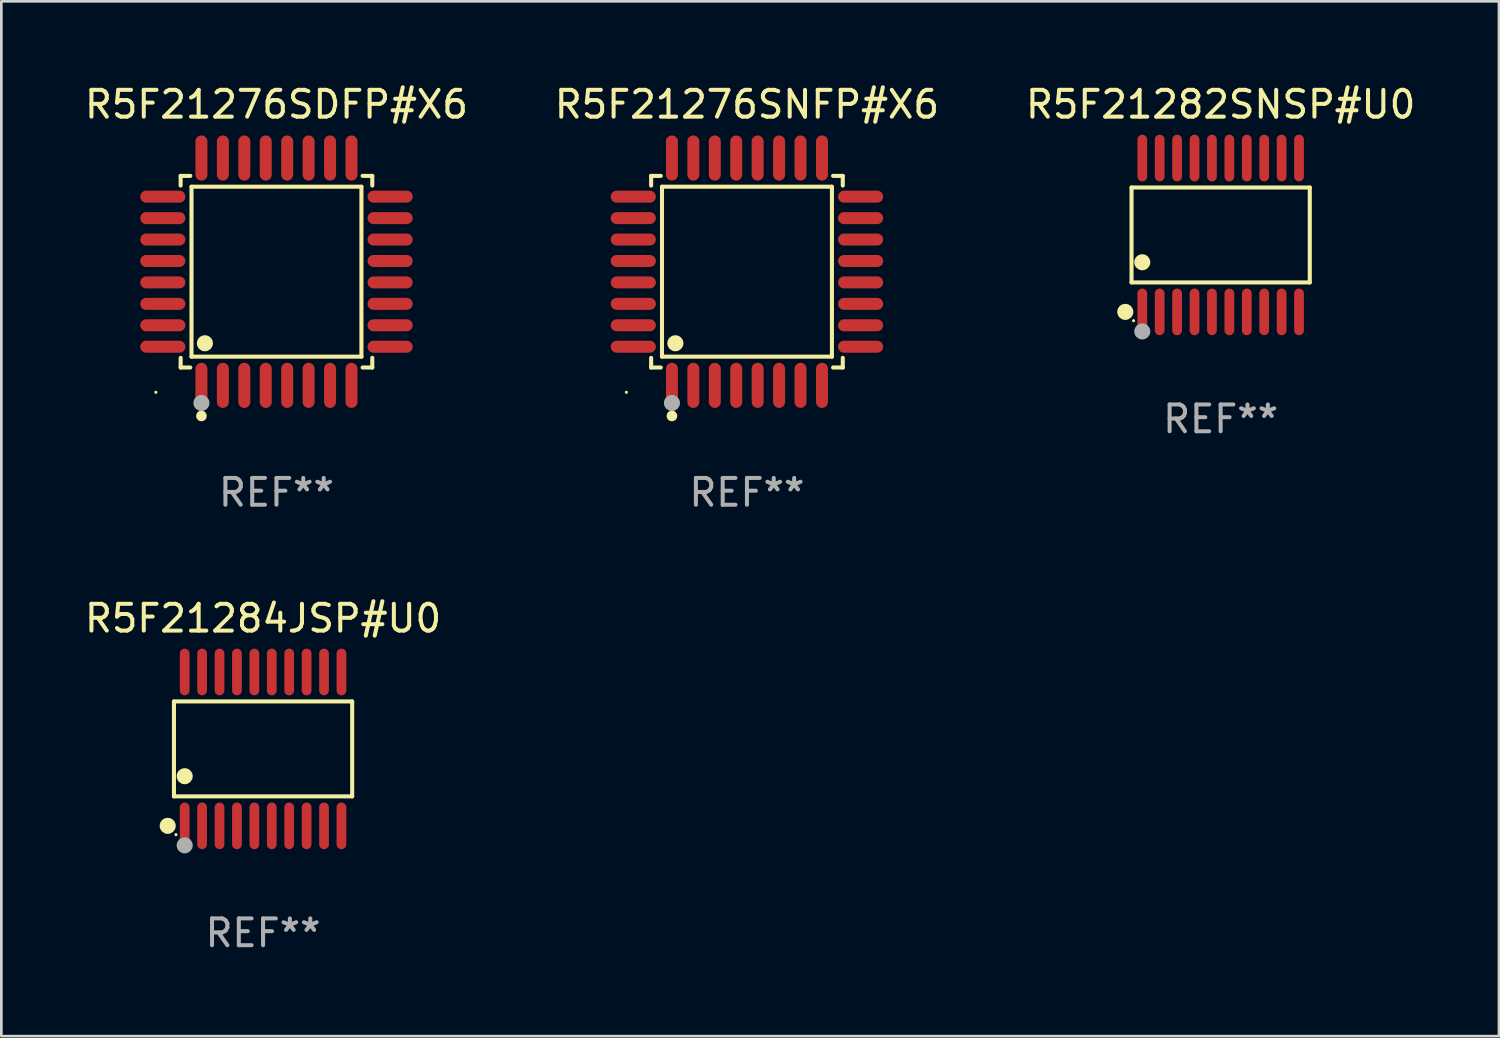
<source format=kicad_pcb>
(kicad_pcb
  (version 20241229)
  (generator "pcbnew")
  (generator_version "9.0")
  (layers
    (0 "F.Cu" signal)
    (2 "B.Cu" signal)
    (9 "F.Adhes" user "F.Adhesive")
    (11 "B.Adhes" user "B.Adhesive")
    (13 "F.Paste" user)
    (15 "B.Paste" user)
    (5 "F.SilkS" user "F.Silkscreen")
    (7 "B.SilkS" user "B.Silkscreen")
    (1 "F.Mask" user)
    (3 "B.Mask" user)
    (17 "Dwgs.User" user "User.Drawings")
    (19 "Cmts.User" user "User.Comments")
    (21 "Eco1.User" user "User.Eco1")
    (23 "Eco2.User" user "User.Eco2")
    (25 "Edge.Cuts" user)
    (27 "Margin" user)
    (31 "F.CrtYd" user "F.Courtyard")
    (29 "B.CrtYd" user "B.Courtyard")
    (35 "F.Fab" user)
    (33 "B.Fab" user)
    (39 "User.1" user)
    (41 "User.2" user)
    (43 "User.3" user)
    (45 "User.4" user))
  (footprint "R5F21282SNSP#U0"
    (layer "F.Cu")
    (at 42.506 5.719)
    (property "Reference" "R5F21282SNSP#U0" (at 0 -4.871 0) (layer "F.SilkS") (effects (font (size 1 1) (thickness 0.15))))
    (attr through_hole)
    (fp_line (start -3.326 -1.771) (end 3.326 -1.771) (stroke (width 0.152) (type solid)) (layer "F.SilkS"))
    (fp_line (start -3.326 1.771) (end -3.326 -1.771) (stroke (width 0.152) (type solid)) (layer "F.SilkS"))
    (fp_line (start 3.326 -1.771) (end 3.326 1.771) (stroke (width 0.152) (type solid)) (layer "F.SilkS"))
    (fp_line (start 3.326 1.771) (end -3.326 1.771) (stroke (width 0.152) (type solid)) (layer "F.SilkS"))
    (fp_circle (center -3.559 2.871) (end -3.409 2.871) (stroke (width 0.3) (type solid)) (fill no) (layer "F.SilkS"))
    (fp_circle (center -3.25 3.2) (end -3.22 3.2) (stroke (width 0.06) (type solid)) (fill no) (layer "F.SilkS"))
    (fp_circle (center -2.925 1.019) (end -2.775 1.019) (stroke (width 0.3) (type solid)) (fill no) (layer "F.SilkS"))
    (fp_circle (center -2.925 3.6) (end -2.775 3.6) (stroke (width 0.3) (type solid)) (fill no) (layer "F.Fab"))
    (fp_text user "REF**" (at 0 6.871 0) (layer "F.Fab") (effects (font (size 1 1) (thickness 0.15))))
    (pad "1" smd oval (at -2.925 2.871) (size 0.364 1.742) (layers "F.Cu" "F.Mask" "F.Paste"))
    (pad "2" smd oval (at -2.275 2.871) (size 0.364 1.742) (layers "F.Cu" "F.Mask" "F.Paste"))
    (pad "3" smd oval (at -1.625 2.871) (size 0.364 1.742) (layers "F.Cu" "F.Mask" "F.Paste"))
    (pad "4" smd oval (at -0.975 2.871) (size 0.364 1.742) (layers "F.Cu" "F.Mask" "F.Paste"))
    (pad "5" smd oval (at -0.325 2.871) (size 0.364 1.742) (layers "F.Cu" "F.Mask" "F.Paste"))
    (pad "6" smd oval (at 0.325 2.871) (size 0.364 1.742) (layers "F.Cu" "F.Mask" "F.Paste"))
    (pad "7" smd oval (at 0.975 2.871) (size 0.364 1.742) (layers "F.Cu" "F.Mask" "F.Paste"))
    (pad "8" smd oval (at 1.625 2.871) (size 0.364 1.742) (layers "F.Cu" "F.Mask" "F.Paste"))
    (pad "9" smd oval (at 2.275 2.871) (size 0.364 1.742) (layers "F.Cu" "F.Mask" "F.Paste"))
    (pad "10" smd oval (at 2.925 2.871) (size 0.364 1.742) (layers "F.Cu" "F.Mask" "F.Paste"))
    (pad "11" smd oval (at 2.925 -2.871) (size 0.364 1.742) (layers "F.Cu" "F.Mask" "F.Paste"))
    (pad "12" smd oval (at 2.275 -2.871) (size 0.364 1.742) (layers "F.Cu" "F.Mask" "F.Paste"))
    (pad "13" smd oval (at 1.625 -2.871) (size 0.364 1.742) (layers "F.Cu" "F.Mask" "F.Paste"))
    (pad "14" smd oval (at 0.975 -2.871) (size 0.364 1.742) (layers "F.Cu" "F.Mask" "F.Paste"))
    (pad "15" smd oval (at 0.325 -2.871) (size 0.364 1.742) (layers "F.Cu" "F.Mask" "F.Paste"))
    (pad "16" smd oval (at -0.325 -2.871) (size 0.364 1.742) (layers "F.Cu" "F.Mask" "F.Paste"))
    (pad "17" smd oval (at -0.975 -2.871) (size 0.364 1.742) (layers "F.Cu" "F.Mask" "F.Paste"))
    (pad "18" smd oval (at -1.625 -2.871) (size 0.364 1.742) (layers "F.Cu" "F.Mask" "F.Paste"))
    (pad "19" smd oval (at -2.275 -2.871) (size 0.364 1.742) (layers "F.Cu" "F.Mask" "F.Paste"))
    (pad "20" smd oval (at -2.925 -2.871) (size 0.364 1.742) (layers "F.Cu" "F.Mask" "F.Paste")))
  (footprint "R5F21276SDFP#X6"
    (layer "F.Cu")
    (at 7.268 7.09)
    (property "Reference" "R5F21276SDFP#X6" (at 0 -6.242 0) (layer "F.SilkS") (effects (font (size 1 1) (thickness 0.15))))
    (attr through_hole)
    (fp_line (start -3.576 -3.576) (end -3.215 -3.576) (stroke (width 0.152) (type solid)) (layer "F.SilkS"))
    (fp_line (start -3.576 -3.215) (end -3.576 -3.576) (stroke (width 0.152) (type solid)) (layer "F.SilkS"))
    (fp_line (start -3.576 3.215) (end -3.576 3.576) (stroke (width 0.152) (type solid)) (layer "F.SilkS"))
    (fp_line (start -3.576 3.576) (end -3.215 3.576) (stroke (width 0.152) (type solid)) (layer "F.SilkS"))
    (fp_line (start -3.171 -3.171) (end 3.171 -3.171) (stroke (width 0.152) (type solid)) (layer "F.SilkS"))
    (fp_line (start -3.171 3.171) (end -3.171 -3.171) (stroke (width 0.152) (type solid)) (layer "F.SilkS"))
    (fp_line (start 3.171 -3.171) (end 3.171 3.171) (stroke (width 0.152) (type solid)) (layer "F.SilkS"))
    (fp_line (start 3.171 3.171) (end -3.171 3.171) (stroke (width 0.152) (type solid)) (layer "F.SilkS"))
    (fp_line (start 3.576 -3.576) (end 3.215 -3.576) (stroke (width 0.152) (type solid)) (layer "F.SilkS"))
    (fp_line (start 3.576 -3.215) (end 3.576 -3.576) (stroke (width 0.152) (type solid)) (layer "F.SilkS"))
    (fp_line (start 3.576 3.215) (end 3.576 3.576) (stroke (width 0.152) (type solid)) (layer "F.SilkS"))
    (fp_line (start 3.576 3.576) (end 3.215 3.576) (stroke (width 0.152) (type solid)) (layer "F.SilkS"))
    (fp_circle (center -4.5 4.5) (end -4.47 4.5) (stroke (width 0.06) (type solid)) (fill no) (layer "F.SilkS"))
    (fp_circle (center -2.8 5.384) (end -2.7 5.384) (stroke (width 0.2) (type solid)) (fill no) (layer "F.SilkS"))
    (fp_circle (center -2.671 2.671) (end -2.521 2.671) (stroke (width 0.3) (type solid)) (fill no) (layer "F.SilkS"))
    (fp_circle (center -2.8 4.9) (end -2.65 4.9) (stroke (width 0.3) (type solid)) (fill no) (layer "F.Fab"))
    (fp_text user "REF**" (at 0 8.242 0) (layer "F.Fab") (effects (font (size 1 1) (thickness 0.15))))
    (pad "1" smd oval (at -2.8 4.242) (size 0.448 1.684) (layers "F.Cu" "F.Mask" "F.Paste"))
    (pad "2" smd oval (at -2 4.242) (size 0.448 1.684) (layers "F.Cu" "F.Mask" "F.Paste"))
    (pad "3" smd oval (at -1.2 4.242) (size 0.448 1.684) (layers "F.Cu" "F.Mask" "F.Paste"))
    (pad "4" smd oval (at -0.4 4.242) (size 0.448 1.684) (layers "F.Cu" "F.Mask" "F.Paste"))
    (pad "5" smd oval (at 0.4 4.242) (size 0.448 1.684) (layers "F.Cu" "F.Mask" "F.Paste"))
    (pad "6" smd oval (at 1.2 4.242) (size 0.448 1.684) (layers "F.Cu" "F.Mask" "F.Paste"))
    (pad "7" smd oval (at 2 4.242) (size 0.448 1.684) (layers "F.Cu" "F.Mask" "F.Paste"))
    (pad "8" smd oval (at 2.8 4.242) (size 0.448 1.684) (layers "F.Cu" "F.Mask" "F.Paste"))
    (pad "9" smd oval (at 4.242 2.8) (size 1.684 0.448) (layers "F.Cu" "F.Mask" "F.Paste"))
    (pad "10" smd oval (at 4.242 2) (size 1.684 0.448) (layers "F.Cu" "F.Mask" "F.Paste"))
    (pad "11" smd oval (at 4.242 1.2) (size 1.684 0.448) (layers "F.Cu" "F.Mask" "F.Paste"))
    (pad "12" smd oval (at 4.242 0.4) (size 1.684 0.448) (layers "F.Cu" "F.Mask" "F.Paste"))
    (pad "13" smd oval (at 4.242 -0.4) (size 1.684 0.448) (layers "F.Cu" "F.Mask" "F.Paste"))
    (pad "14" smd oval (at 4.242 -1.2) (size 1.684 0.448) (layers "F.Cu" "F.Mask" "F.Paste"))
    (pad "15" smd oval (at 4.242 -2) (size 1.684 0.448) (layers "F.Cu" "F.Mask" "F.Paste"))
    (pad "16" smd oval (at 4.242 -2.8) (size 1.684 0.448) (layers "F.Cu" "F.Mask" "F.Paste"))
    (pad "17" smd oval (at 2.8 -4.242) (size 0.448 1.684) (layers "F.Cu" "F.Mask" "F.Paste"))
    (pad "18" smd oval (at 2 -4.242) (size 0.448 1.684) (layers "F.Cu" "F.Mask" "F.Paste"))
    (pad "19" smd oval (at 1.2 -4.242) (size 0.448 1.684) (layers "F.Cu" "F.Mask" "F.Paste"))
    (pad "20" smd oval (at 0.4 -4.242) (size 0.448 1.684) (layers "F.Cu" "F.Mask" "F.Paste"))
    (pad "21" smd oval (at -0.4 -4.242) (size 0.448 1.684) (layers "F.Cu" "F.Mask" "F.Paste"))
    (pad "22" smd oval (at -1.2 -4.242) (size 0.448 1.684) (layers "F.Cu" "F.Mask" "F.Paste"))
    (pad "23" smd oval (at -2 -4.242) (size 0.448 1.684) (layers "F.Cu" "F.Mask" "F.Paste"))
    (pad "24" smd oval (at -2.8 -4.242) (size 0.448 1.684) (layers "F.Cu" "F.Mask" "F.Paste"))
    (pad "25" smd oval (at -4.242 -2.8) (size 1.684 0.448) (layers "F.Cu" "F.Mask" "F.Paste"))
    (pad "26" smd oval (at -4.242 -2) (size 1.684 0.448) (layers "F.Cu" "F.Mask" "F.Paste"))
    (pad "27" smd oval (at -4.242 -1.2) (size 1.684 0.448) (layers "F.Cu" "F.Mask" "F.Paste"))
    (pad "28" smd oval (at -4.242 -0.4) (size 1.684 0.448) (layers "F.Cu" "F.Mask" "F.Paste"))
    (pad "29" smd oval (at -4.242 0.4) (size 1.684 0.448) (layers "F.Cu" "F.Mask" "F.Paste"))
    (pad "30" smd oval (at -4.242 1.2) (size 1.684 0.448) (layers "F.Cu" "F.Mask" "F.Paste"))
    (pad "31" smd oval (at -4.242 2) (size 1.684 0.448) (layers "F.Cu" "F.Mask" "F.Paste"))
    (pad "32" smd oval (at -4.242 2.8) (size 1.684 0.448) (layers "F.Cu" "F.Mask" "F.Paste")))
  (footprint "R5F21276SNFP#X6"
    (layer "F.Cu")
    (at 24.827 7.09)
    (property "Reference" "R5F21276SNFP#X6" (at 0 -6.242 0) (layer "F.SilkS") (effects (font (size 1 1) (thickness 0.15))))
    (attr through_hole)
    (fp_line (start -3.576 -3.576) (end -3.215 -3.576) (stroke (width 0.152) (type solid)) (layer "F.SilkS"))
    (fp_line (start -3.576 -3.215) (end -3.576 -3.576) (stroke (width 0.152) (type solid)) (layer "F.SilkS"))
    (fp_line (start -3.576 3.215) (end -3.576 3.576) (stroke (width 0.152) (type solid)) (layer "F.SilkS"))
    (fp_line (start -3.576 3.576) (end -3.215 3.576) (stroke (width 0.152) (type solid)) (layer "F.SilkS"))
    (fp_line (start -3.171 -3.171) (end 3.171 -3.171) (stroke (width 0.152) (type solid)) (layer "F.SilkS"))
    (fp_line (start -3.171 3.171) (end -3.171 -3.171) (stroke (width 0.152) (type solid)) (layer "F.SilkS"))
    (fp_line (start 3.171 -3.171) (end 3.171 3.171) (stroke (width 0.152) (type solid)) (layer "F.SilkS"))
    (fp_line (start 3.171 3.171) (end -3.171 3.171) (stroke (width 0.152) (type solid)) (layer "F.SilkS"))
    (fp_line (start 3.576 -3.576) (end 3.215 -3.576) (stroke (width 0.152) (type solid)) (layer "F.SilkS"))
    (fp_line (start 3.576 -3.215) (end 3.576 -3.576) (stroke (width 0.152) (type solid)) (layer "F.SilkS"))
    (fp_line (start 3.576 3.215) (end 3.576 3.576) (stroke (width 0.152) (type solid)) (layer "F.SilkS"))
    (fp_line (start 3.576 3.576) (end 3.215 3.576) (stroke (width 0.152) (type solid)) (layer "F.SilkS"))
    (fp_circle (center -4.5 4.5) (end -4.47 4.5) (stroke (width 0.06) (type solid)) (fill no) (layer "F.SilkS"))
    (fp_circle (center -2.8 5.384) (end -2.7 5.384) (stroke (width 0.2) (type solid)) (fill no) (layer "F.SilkS"))
    (fp_circle (center -2.671 2.671) (end -2.521 2.671) (stroke (width 0.3) (type solid)) (fill no) (layer "F.SilkS"))
    (fp_circle (center -2.8 4.9) (end -2.65 4.9) (stroke (width 0.3) (type solid)) (fill no) (layer "F.Fab"))
    (fp_text user "REF**" (at 0 8.242 0) (layer "F.Fab") (effects (font (size 1 1) (thickness 0.15))))
    (pad "1" smd oval (at -2.8 4.242) (size 0.448 1.684) (layers "F.Cu" "F.Mask" "F.Paste"))
    (pad "2" smd oval (at -2 4.242) (size 0.448 1.684) (layers "F.Cu" "F.Mask" "F.Paste"))
    (pad "3" smd oval (at -1.2 4.242) (size 0.448 1.684) (layers "F.Cu" "F.Mask" "F.Paste"))
    (pad "4" smd oval (at -0.4 4.242) (size 0.448 1.684) (layers "F.Cu" "F.Mask" "F.Paste"))
    (pad "5" smd oval (at 0.4 4.242) (size 0.448 1.684) (layers "F.Cu" "F.Mask" "F.Paste"))
    (pad "6" smd oval (at 1.2 4.242) (size 0.448 1.684) (layers "F.Cu" "F.Mask" "F.Paste"))
    (pad "7" smd oval (at 2 4.242) (size 0.448 1.684) (layers "F.Cu" "F.Mask" "F.Paste"))
    (pad "8" smd oval (at 2.8 4.242) (size 0.448 1.684) (layers "F.Cu" "F.Mask" "F.Paste"))
    (pad "9" smd oval (at 4.242 2.8) (size 1.684 0.448) (layers "F.Cu" "F.Mask" "F.Paste"))
    (pad "10" smd oval (at 4.242 2) (size 1.684 0.448) (layers "F.Cu" "F.Mask" "F.Paste"))
    (pad "11" smd oval (at 4.242 1.2) (size 1.684 0.448) (layers "F.Cu" "F.Mask" "F.Paste"))
    (pad "12" smd oval (at 4.242 0.4) (size 1.684 0.448) (layers "F.Cu" "F.Mask" "F.Paste"))
    (pad "13" smd oval (at 4.242 -0.4) (size 1.684 0.448) (layers "F.Cu" "F.Mask" "F.Paste"))
    (pad "14" smd oval (at 4.242 -1.2) (size 1.684 0.448) (layers "F.Cu" "F.Mask" "F.Paste"))
    (pad "15" smd oval (at 4.242 -2) (size 1.684 0.448) (layers "F.Cu" "F.Mask" "F.Paste"))
    (pad "16" smd oval (at 4.242 -2.8) (size 1.684 0.448) (layers "F.Cu" "F.Mask" "F.Paste"))
    (pad "17" smd oval (at 2.8 -4.242) (size 0.448 1.684) (layers "F.Cu" "F.Mask" "F.Paste"))
    (pad "18" smd oval (at 2 -4.242) (size 0.448 1.684) (layers "F.Cu" "F.Mask" "F.Paste"))
    (pad "19" smd oval (at 1.2 -4.242) (size 0.448 1.684) (layers "F.Cu" "F.Mask" "F.Paste"))
    (pad "20" smd oval (at 0.4 -4.242) (size 0.448 1.684) (layers "F.Cu" "F.Mask" "F.Paste"))
    (pad "21" smd oval (at -0.4 -4.242) (size 0.448 1.684) (layers "F.Cu" "F.Mask" "F.Paste"))
    (pad "22" smd oval (at -1.2 -4.242) (size 0.448 1.684) (layers "F.Cu" "F.Mask" "F.Paste"))
    (pad "23" smd oval (at -2 -4.242) (size 0.448 1.684) (layers "F.Cu" "F.Mask" "F.Paste"))
    (pad "24" smd oval (at -2.8 -4.242) (size 0.448 1.684) (layers "F.Cu" "F.Mask" "F.Paste"))
    (pad "25" smd oval (at -4.242 -2.8) (size 1.684 0.448) (layers "F.Cu" "F.Mask" "F.Paste"))
    (pad "26" smd oval (at -4.242 -2) (size 1.684 0.448) (layers "F.Cu" "F.Mask" "F.Paste"))
    (pad "27" smd oval (at -4.242 -1.2) (size 1.684 0.448) (layers "F.Cu" "F.Mask" "F.Paste"))
    (pad "28" smd oval (at -4.242 -0.4) (size 1.684 0.448) (layers "F.Cu" "F.Mask" "F.Paste"))
    (pad "29" smd oval (at -4.242 0.4) (size 1.684 0.448) (layers "F.Cu" "F.Mask" "F.Paste"))
    (pad "30" smd oval (at -4.242 1.2) (size 1.684 0.448) (layers "F.Cu" "F.Mask" "F.Paste"))
    (pad "31" smd oval (at -4.242 2) (size 1.684 0.448) (layers "F.Cu" "F.Mask" "F.Paste"))
    (pad "32" smd oval (at -4.242 2.8) (size 1.684 0.448) (layers "F.Cu" "F.Mask" "F.Paste")))
  (footprint "R5F21284JSP#U0"
    (layer "F.Cu")
    (at 6.768 24.9)
    (property "Reference" "R5F21284JSP#U0" (at 0 -4.871 0) (layer "F.SilkS") (effects (font (size 1 1) (thickness 0.15))))
    (attr through_hole)
    (fp_line (start -3.326 -1.771) (end 3.326 -1.771) (stroke (width 0.152) (type solid)) (layer "F.SilkS"))
    (fp_line (start -3.326 1.771) (end -3.326 -1.771) (stroke (width 0.152) (type solid)) (layer "F.SilkS"))
    (fp_line (start 3.326 -1.771) (end 3.326 1.771) (stroke (width 0.152) (type solid)) (layer "F.SilkS"))
    (fp_line (start 3.326 1.771) (end -3.326 1.771) (stroke (width 0.152) (type solid)) (layer "F.SilkS"))
    (fp_circle (center -3.559 2.871) (end -3.409 2.871) (stroke (width 0.3) (type solid)) (fill no) (layer "F.SilkS"))
    (fp_circle (center -3.25 3.2) (end -3.22 3.2) (stroke (width 0.06) (type solid)) (fill no) (layer "F.SilkS"))
    (fp_circle (center -2.925 1.019) (end -2.775 1.019) (stroke (width 0.3) (type solid)) (fill no) (layer "F.SilkS"))
    (fp_circle (center -2.925 3.6) (end -2.775 3.6) (stroke (width 0.3) (type solid)) (fill no) (layer "F.Fab"))
    (fp_text user "REF**" (at 0 6.871 0) (layer "F.Fab") (effects (font (size 1 1) (thickness 0.15))))
    (pad "1" smd oval (at -2.925 2.871) (size 0.364 1.742) (layers "F.Cu" "F.Mask" "F.Paste"))
    (pad "2" smd oval (at -2.275 2.871) (size 0.364 1.742) (layers "F.Cu" "F.Mask" "F.Paste"))
    (pad "3" smd oval (at -1.625 2.871) (size 0.364 1.742) (layers "F.Cu" "F.Mask" "F.Paste"))
    (pad "4" smd oval (at -0.975 2.871) (size 0.364 1.742) (layers "F.Cu" "F.Mask" "F.Paste"))
    (pad "5" smd oval (at -0.325 2.871) (size 0.364 1.742) (layers "F.Cu" "F.Mask" "F.Paste"))
    (pad "6" smd oval (at 0.325 2.871) (size 0.364 1.742) (layers "F.Cu" "F.Mask" "F.Paste"))
    (pad "7" smd oval (at 0.975 2.871) (size 0.364 1.742) (layers "F.Cu" "F.Mask" "F.Paste"))
    (pad "8" smd oval (at 1.625 2.871) (size 0.364 1.742) (layers "F.Cu" "F.Mask" "F.Paste"))
    (pad "9" smd oval (at 2.275 2.871) (size 0.364 1.742) (layers "F.Cu" "F.Mask" "F.Paste"))
    (pad "10" smd oval (at 2.925 2.871) (size 0.364 1.742) (layers "F.Cu" "F.Mask" "F.Paste"))
    (pad "11" smd oval (at 2.925 -2.871) (size 0.364 1.742) (layers "F.Cu" "F.Mask" "F.Paste"))
    (pad "12" smd oval (at 2.275 -2.871) (size 0.364 1.742) (layers "F.Cu" "F.Mask" "F.Paste"))
    (pad "13" smd oval (at 1.625 -2.871) (size 0.364 1.742) (layers "F.Cu" "F.Mask" "F.Paste"))
    (pad "14" smd oval (at 0.975 -2.871) (size 0.364 1.742) (layers "F.Cu" "F.Mask" "F.Paste"))
    (pad "15" smd oval (at 0.325 -2.871) (size 0.364 1.742) (layers "F.Cu" "F.Mask" "F.Paste"))
    (pad "16" smd oval (at -0.325 -2.871) (size 0.364 1.742) (layers "F.Cu" "F.Mask" "F.Paste"))
    (pad "17" smd oval (at -0.975 -2.871) (size 0.364 1.742) (layers "F.Cu" "F.Mask" "F.Paste"))
    (pad "18" smd oval (at -1.625 -2.871) (size 0.364 1.742) (layers "F.Cu" "F.Mask" "F.Paste"))
    (pad "19" smd oval (at -2.275 -2.871) (size 0.364 1.742) (layers "F.Cu" "F.Mask" "F.Paste"))
    (pad "20" smd oval (at -2.925 -2.871) (size 0.364 1.742) (layers "F.Cu" "F.Mask" "F.Paste")))
  (gr_rect
    (start -3 -3)
    (end 52.893 35.619)
    (stroke (width 0.1) (type default))
    (fill no)
    (layer "Edge.Cuts")))
</source>
